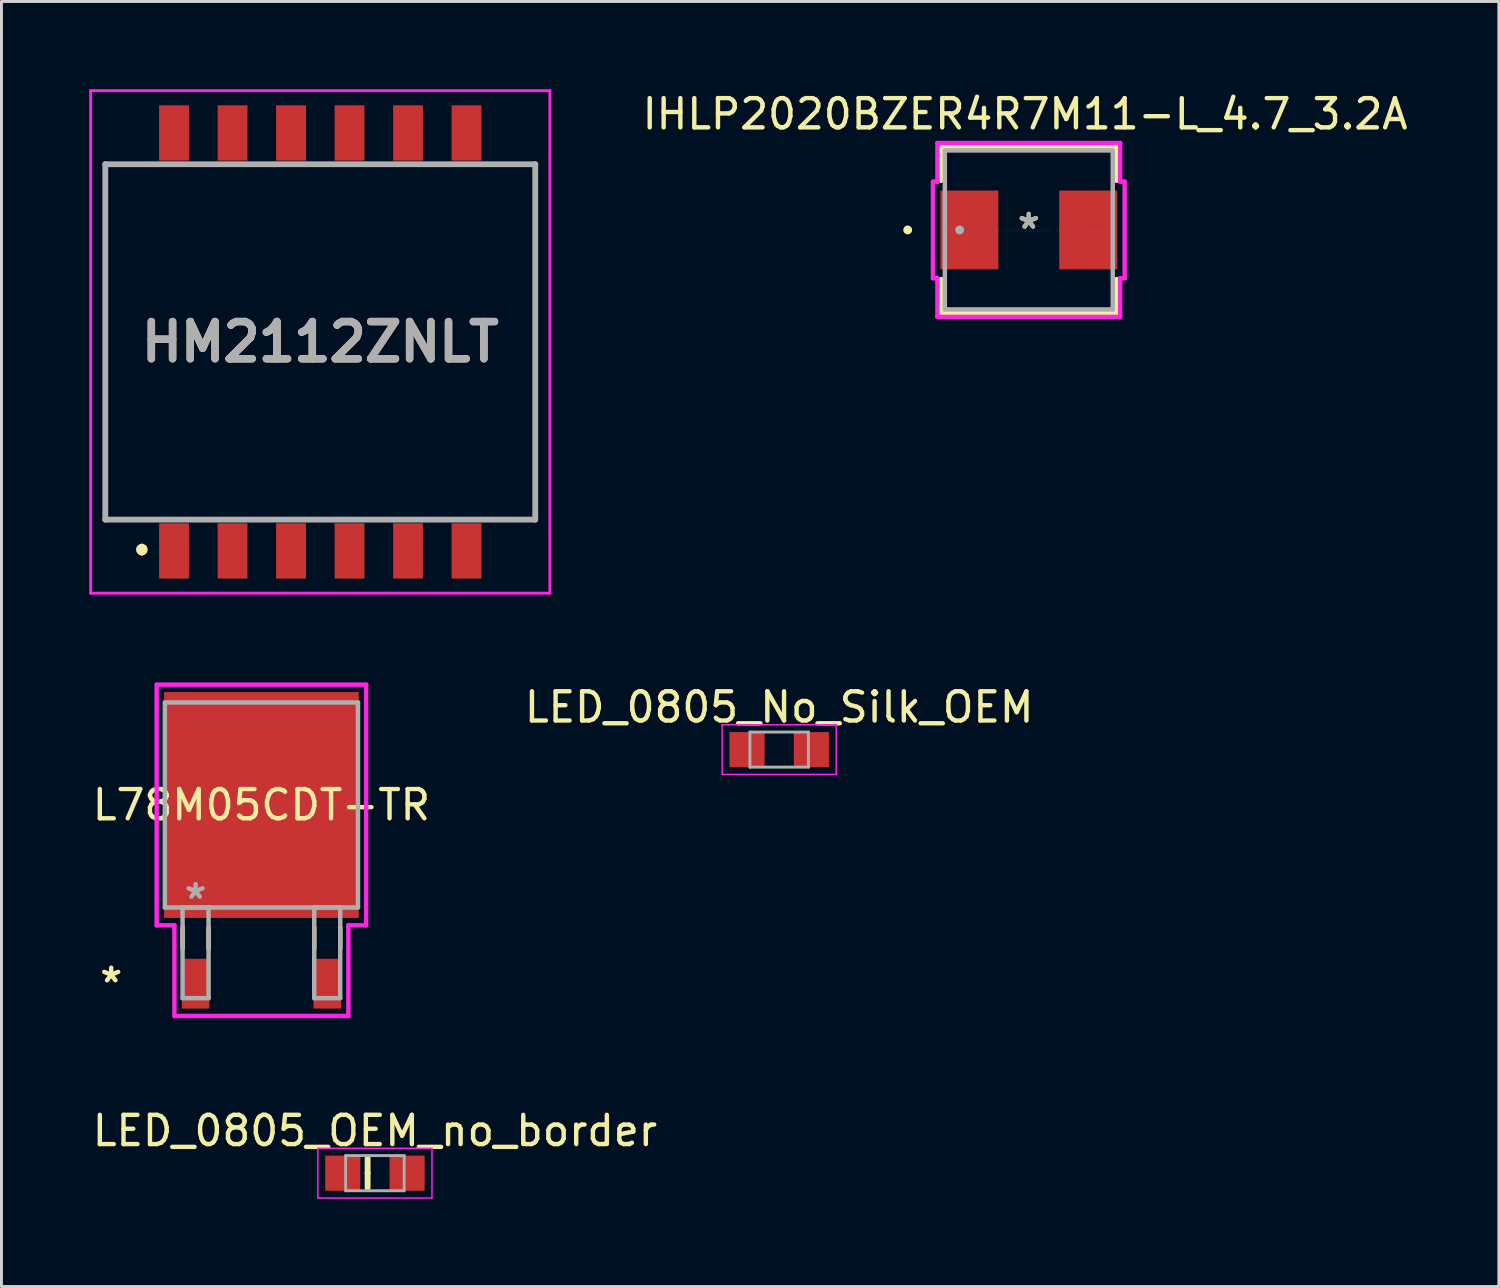
<source format=kicad_pcb>
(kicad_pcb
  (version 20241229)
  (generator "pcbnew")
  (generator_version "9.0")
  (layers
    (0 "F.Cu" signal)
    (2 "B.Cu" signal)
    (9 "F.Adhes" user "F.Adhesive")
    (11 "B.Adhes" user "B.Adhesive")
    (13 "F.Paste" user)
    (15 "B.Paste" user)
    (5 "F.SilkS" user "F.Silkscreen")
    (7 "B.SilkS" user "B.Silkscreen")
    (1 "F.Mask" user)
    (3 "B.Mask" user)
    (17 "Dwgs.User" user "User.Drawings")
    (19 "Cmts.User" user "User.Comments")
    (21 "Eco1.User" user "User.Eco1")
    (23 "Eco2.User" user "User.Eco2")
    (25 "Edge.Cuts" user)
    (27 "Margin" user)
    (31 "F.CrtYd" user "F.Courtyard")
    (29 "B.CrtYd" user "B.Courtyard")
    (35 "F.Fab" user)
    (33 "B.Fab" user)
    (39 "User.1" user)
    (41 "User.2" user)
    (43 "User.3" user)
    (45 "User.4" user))
  (footprint "HM2112ZNLT"
    (layer "F.Cu")
    (at 7.9 8.64)
    (property "Reference" "HM2112ZNLT" (at 0 0 0) (layer "F.SilkS") (effects (font (size 1.27 1.27) (thickness 0.254))))
    (attr smd)
    (fp_line (start -7.35 -6.075) (end -7.35 6.075) (stroke (width 0.1) (type solid)) (layer "F.SilkS"))
    (fp_line (start -7.35 6.075) (end -6.5 6.075) (stroke (width 0.1) (type solid)) (layer "F.SilkS"))
    (fp_line (start -6.5 -6.075) (end -7.35 -6.075) (stroke (width 0.1) (type solid)) (layer "F.SilkS"))
    (fp_line (start -6.1 7) (end -6.1 7) (stroke (width 0.2) (type solid)) (layer "F.SilkS"))
    (fp_line (start -6.1 7.2) (end -6.1 7.2) (stroke (width 0.2) (type solid)) (layer "F.SilkS"))
    (fp_line (start 6.5 -6.075) (end 7.35 -6.075) (stroke (width 0.1) (type solid)) (layer "F.SilkS"))
    (fp_line (start 7.35 -6.075) (end 7.35 6.075) (stroke (width 0.1) (type solid)) (layer "F.SilkS"))
    (fp_line (start 7.35 6.075) (end 6.5 6.075) (stroke (width 0.1) (type solid)) (layer "F.SilkS"))
    (fp_arc (start -6.1 7) (mid -6 7.1) (end -6.1 7.2) (stroke (width 0.2) (type solid)) (layer "F.SilkS"))
    (fp_arc (start -6.1 7.2) (mid -6.2 7.1) (end -6.1 7) (stroke (width 0.2) (type solid)) (layer "F.SilkS"))
    (fp_line (start -7.85 -8.59) (end 7.85 -8.59) (stroke (width 0.1) (type solid)) (layer "F.CrtYd"))
    (fp_line (start -7.85 8.59) (end -7.85 -8.59) (stroke (width 0.1) (type solid)) (layer "F.CrtYd"))
    (fp_line (start 7.85 -8.59) (end 7.85 8.59) (stroke (width 0.1) (type solid)) (layer "F.CrtYd"))
    (fp_line (start 7.85 8.59) (end -7.85 8.59) (stroke (width 0.1) (type solid)) (layer "F.CrtYd"))
    (fp_line (start -7.35 -6.075) (end 7.35 -6.075) (stroke (width 0.2) (type solid)) (layer "F.Fab"))
    (fp_line (start -7.35 6.075) (end -7.35 -6.075) (stroke (width 0.2) (type solid)) (layer "F.Fab"))
    (fp_line (start 7.35 -6.075) (end 7.35 6.075) (stroke (width 0.2) (type solid)) (layer "F.Fab"))
    (fp_line (start 7.35 6.075) (end -7.35 6.075) (stroke (width 0.2) (type solid)) (layer "F.Fab"))
    (fp_text user "${REFERENCE}" (at 0 0 0) (layer "F.Fab") (effects (font (size 1.27 1.27) (thickness 0.254))))
    (pad "1" smd rect (at -5 7.145) (size 1.02 1.89) (layers "F.Cu" "F.Mask" "F.Paste"))
    (pad "2" smd rect (at -3 7.145) (size 1.02 1.89) (layers "F.Cu" "F.Mask" "F.Paste"))
    (pad "3" smd rect (at -1 7.145) (size 1.02 1.89) (layers "F.Cu" "F.Mask" "F.Paste"))
    (pad "4" smd rect (at 1 7.145) (size 1.02 1.89) (layers "F.Cu" "F.Mask" "F.Paste"))
    (pad "5" smd rect (at 3 7.145) (size 1.02 1.89) (layers "F.Cu" "F.Mask" "F.Paste"))
    (pad "6" smd rect (at 5 7.145) (size 1.02 1.89) (layers "F.Cu" "F.Mask" "F.Paste"))
    (pad "7" smd rect (at 5 -7.145) (size 1.02 1.89) (layers "F.Cu" "F.Mask" "F.Paste"))
    (pad "8" smd rect (at 3 -7.145) (size 1.02 1.89) (layers "F.Cu" "F.Mask" "F.Paste"))
    (pad "9" smd rect (at 1 -7.145) (size 1.02 1.89) (layers "F.Cu" "F.Mask" "F.Paste"))
    (pad "10" smd rect (at -1 -7.145) (size 1.02 1.89) (layers "F.Cu" "F.Mask" "F.Paste"))
    (pad "11" smd rect (at -3 -7.145) (size 1.02 1.89) (layers "F.Cu" "F.Mask" "F.Paste"))
    (pad "12" smd rect (at -5 -7.145) (size 1.02 1.89) (layers "F.Cu" "F.Mask" "F.Paste")))
  (footprint "LED_0805_OEM_no_border"
    (layer "F.Cu")
    (at 9.768 37.059)
    (property "Reference" "LED_0805_OEM_no_border" (at 0 -1.45 0) (layer "F.SilkS") (effects (font (size 1 1) (thickness 0.15))))
    (attr smd)
    (fp_line (start -0.25 0) (end -0.25 -0.5) (stroke (width 0.2) (type solid)) (layer "F.SilkS"))
    (fp_line (start -0.25 0.5) (end -0.25 0) (stroke (width 0.2) (type solid)) (layer "F.SilkS"))
    (fp_line (start -1.95 -0.85) (end 1.95 -0.85) (stroke (width 0.05) (type solid)) (layer "F.CrtYd"))
    (fp_line (start -1.95 0.85) (end -1.95 -0.85) (stroke (width 0.05) (type solid)) (layer "F.CrtYd"))
    (fp_line (start 1.95 -0.85) (end 1.95 0.85) (stroke (width 0.05) (type solid)) (layer "F.CrtYd"))
    (fp_line (start 1.95 0.85) (end -1.95 0.85) (stroke (width 0.05) (type solid)) (layer "F.CrtYd"))
    (fp_line (start -1 -0.6) (end 1 -0.6) (stroke (width 0.1) (type solid)) (layer "F.Fab"))
    (fp_line (start -1 0.6) (end -1 -0.6) (stroke (width 0.1) (type solid)) (layer "F.Fab"))
    (fp_line (start 1 -0.6) (end 1 0.6) (stroke (width 0.1) (type solid)) (layer "F.Fab"))
    (fp_line (start 1 0.6) (end -1 0.6) (stroke (width 0.1) (type solid)) (layer "F.Fab"))
    (pad "1" smd rect (at -1.1 0 180) (size 1.2 1.2) (layers "F.Cu" "F.Mask" "F.Paste"))
    (pad "2" smd rect (at 1.1 0 180) (size 1.2 1.2) (layers "F.Cu" "F.Mask" "F.Paste")))
  (footprint "L78M05CDT-TR"
    (layer "F.Cu")
    (at 5.887 24.471)
    (property "Reference" "L78M05CDT-TR" (at 0 0 0) (layer "F.SilkS") (effects (font (size 1 1) (thickness 0.15))))
    (attr through_hole)
    (fp_line (start -2.695 4.194) (end -2.695 4.902) (stroke (width 0.152) (type solid)) (layer "F.SilkS"))
    (fp_line (start -1.806 4.194) (end -1.806 4.902) (stroke (width 0.152) (type solid)) (layer "F.SilkS"))
    (fp_line (start 1.806 4.194) (end 1.806 4.902) (stroke (width 0.152) (type solid)) (layer "F.SilkS"))
    (fp_line (start 2.695 4.194) (end 2.695 4.902) (stroke (width 0.152) (type solid)) (layer "F.SilkS"))
    (fp_line (start -3.581 -4.115) (end 3.581 -4.115) (stroke (width 0.152) (type solid)) (layer "F.CrtYd"))
    (fp_line (start -3.581 4.115) (end -3.581 -4.115) (stroke (width 0.152) (type solid)) (layer "F.CrtYd"))
    (fp_line (start -2.974 4.115) (end -3.581 4.115) (stroke (width 0.152) (type solid)) (layer "F.CrtYd"))
    (fp_line (start -2.974 7.214) (end -2.974 4.115) (stroke (width 0.152) (type solid)) (layer "F.CrtYd"))
    (fp_line (start 2.974 4.115) (end 2.974 7.214) (stroke (width 0.152) (type solid)) (layer "F.CrtYd"))
    (fp_line (start 2.974 7.214) (end -2.974 7.214) (stroke (width 0.152) (type solid)) (layer "F.CrtYd"))
    (fp_line (start 3.581 -4.115) (end 3.581 4.115) (stroke (width 0.152) (type solid)) (layer "F.CrtYd"))
    (fp_line (start 3.581 4.115) (end 2.974 4.115) (stroke (width 0.152) (type solid)) (layer "F.CrtYd"))
    (fp_line (start -3.302 -3.505) (end -3.302 3.505) (stroke (width 0.152) (type solid)) (layer "F.Fab"))
    (fp_line (start -3.302 3.505) (end 3.302 3.505) (stroke (width 0.152) (type solid)) (layer "F.Fab"))
    (fp_line (start -2.695 3.505) (end -2.695 6.604) (stroke (width 0.152) (type solid)) (layer "F.Fab"))
    (fp_line (start -2.695 6.604) (end -1.806 6.604) (stroke (width 0.152) (type solid)) (layer "F.Fab"))
    (fp_line (start -1.806 3.505) (end -2.695 3.505) (stroke (width 0.152) (type solid)) (layer "F.Fab"))
    (fp_line (start -1.806 6.604) (end -1.806 3.505) (stroke (width 0.152) (type solid)) (layer "F.Fab"))
    (fp_line (start 1.806 3.505) (end 1.806 6.604) (stroke (width 0.152) (type solid)) (layer "F.Fab"))
    (fp_line (start 1.806 6.604) (end 2.695 6.604) (stroke (width 0.152) (type solid)) (layer "F.Fab"))
    (fp_line (start 2.695 3.505) (end 1.806 3.505) (stroke (width 0.152) (type solid)) (layer "F.Fab"))
    (fp_line (start 2.695 6.604) (end 2.695 3.505) (stroke (width 0.152) (type solid)) (layer "F.Fab"))
    (fp_line (start 3.302 -3.505) (end -3.302 -3.505) (stroke (width 0.152) (type solid)) (layer "F.Fab"))
    (fp_line (start 3.302 3.505) (end 3.302 -3.505) (stroke (width 0.152) (type solid)) (layer "F.Fab"))
    (fp_text user "*" (at -5.135 6.109 0) (layer "F.SilkS") (effects (font (size 1 1) (thickness 0.15))))
    (fp_text user "Copyright 2016 Accelerated Designs. All rights reserved." (at 0 0 0) (layer "Cmts.User") (effects (font (size 0.127 0.127) (thickness 0.002))))
    (fp_text user "*" (at -2.25 3.251 0) (layer "F.Fab") (effects (font (size 1 1) (thickness 0.15))))
    (pad "1" smd rect (at -2.25 6.109) (size 0.94 1.702) (layers "F.Cu" "F.Mask" "F.Paste"))
    (pad "2" smd rect (at 2.25 6.109) (size 0.94 1.702) (layers "F.Cu" "F.Mask" "F.Paste"))
    (pad "3" smd rect (at 0 0) (size 6.655 7.722) (layers "F.Cu" "F.Mask" "F.Paste")))
  (footprint "LED_0805_No_Silk_OEM"
    (layer "F.Cu")
    (at 23.589 22.578)
    (property "Reference" "LED_0805_No_Silk_OEM" (at 0 -1.45 0) (layer "F.SilkS") (effects (font (size 1 1) (thickness 0.15))))
    (attr smd)
    (fp_line (start -1.95 -0.85) (end 1.95 -0.85) (stroke (width 0.05) (type solid)) (layer "F.CrtYd"))
    (fp_line (start -1.95 0.85) (end -1.95 -0.85) (stroke (width 0.05) (type solid)) (layer "F.CrtYd"))
    (fp_line (start 1.95 -0.85) (end 1.95 0.85) (stroke (width 0.05) (type solid)) (layer "F.CrtYd"))
    (fp_line (start 1.95 0.85) (end -1.95 0.85) (stroke (width 0.05) (type solid)) (layer "F.CrtYd"))
    (fp_line (start -1 -0.6) (end 1 -0.6) (stroke (width 0.1) (type solid)) (layer "F.Fab"))
    (fp_line (start -1 0.6) (end -1 -0.6) (stroke (width 0.1) (type solid)) (layer "F.Fab"))
    (fp_line (start 1 -0.6) (end 1 0.6) (stroke (width 0.1) (type solid)) (layer "F.Fab"))
    (fp_line (start 1 0.6) (end -1 0.6) (stroke (width 0.1) (type solid)) (layer "F.Fab"))
    (pad "1" smd rect (at -1.1 0 180) (size 1.2 1.2) (layers "F.Cu" "F.Mask" "F.Paste"))
    (pad "2" smd rect (at 1.1 0 180) (size 1.2 1.2) (layers "F.Cu" "F.Mask" "F.Paste")))
  (footprint "IHLP2020BZER4R7M11-L_4.7_3.2A"
    (layer "F.Cu")
    (at 32.123 4.811)
    (property "Reference" "IHLP2020BZER4R7M11-L_4.7_3.2A" (at -0.127 -3.962 180) (layer "F.SilkS") (effects (font (size 1 1) (thickness 0.15))))
    (attr through_hole)
    (fp_line (start -2.997 -2.845) (end -2.997 -1.679) (stroke (width 0.152) (type solid)) (layer "F.SilkS"))
    (fp_line (start -2.997 1.679) (end -2.997 2.845) (stroke (width 0.152) (type solid)) (layer "F.SilkS"))
    (fp_line (start -2.997 2.845) (end 2.997 2.845) (stroke (width 0.152) (type solid)) (layer "F.SilkS"))
    (fp_line (start 2.997 -2.845) (end -2.997 -2.845) (stroke (width 0.152) (type solid)) (layer "F.SilkS"))
    (fp_line (start 2.997 -1.679) (end 2.997 -2.845) (stroke (width 0.152) (type solid)) (layer "F.SilkS"))
    (fp_line (start 2.997 2.845) (end 2.997 1.679) (stroke (width 0.152) (type solid)) (layer "F.SilkS"))
    (fp_circle (center -4.14 0) (end -4.064 0) (stroke (width 0.152) (type solid)) (fill no) (layer "F.SilkS"))
    (fp_line (start -3.277 -1.651) (end -3.124 -1.651) (stroke (width 0.152) (type solid)) (layer "F.CrtYd"))
    (fp_line (start -3.277 1.651) (end -3.277 -1.651) (stroke (width 0.152) (type solid)) (layer "F.CrtYd"))
    (fp_line (start -3.124 -2.972) (end 3.124 -2.972) (stroke (width 0.152) (type solid)) (layer "F.CrtYd"))
    (fp_line (start -3.124 -1.651) (end -3.124 -2.972) (stroke (width 0.152) (type solid)) (layer "F.CrtYd"))
    (fp_line (start -3.124 1.651) (end -3.277 1.651) (stroke (width 0.152) (type solid)) (layer "F.CrtYd"))
    (fp_line (start -3.124 2.972) (end -3.124 1.651) (stroke (width 0.152) (type solid)) (layer "F.CrtYd"))
    (fp_line (start 3.124 -2.972) (end 3.124 -1.651) (stroke (width 0.152) (type solid)) (layer "F.CrtYd"))
    (fp_line (start 3.124 -1.651) (end 3.277 -1.651) (stroke (width 0.152) (type solid)) (layer "F.CrtYd"))
    (fp_line (start 3.124 1.651) (end 3.124 2.972) (stroke (width 0.152) (type solid)) (layer "F.CrtYd"))
    (fp_line (start 3.124 2.972) (end -3.124 2.972) (stroke (width 0.152) (type solid)) (layer "F.CrtYd"))
    (fp_line (start 3.277 -1.651) (end 3.277 1.651) (stroke (width 0.152) (type solid)) (layer "F.CrtYd"))
    (fp_line (start 3.277 1.651) (end 3.124 1.651) (stroke (width 0.152) (type solid)) (layer "F.CrtYd"))
    (fp_line (start -2.87 -2.718) (end -2.87 2.718) (stroke (width 0.152) (type solid)) (layer "F.Fab"))
    (fp_line (start -2.87 2.718) (end 2.87 2.718) (stroke (width 0.152) (type solid)) (layer "F.Fab"))
    (fp_line (start 2.87 -2.718) (end -2.87 -2.718) (stroke (width 0.152) (type solid)) (layer "F.Fab"))
    (fp_line (start 2.87 2.718) (end 2.87 -2.718) (stroke (width 0.152) (type solid)) (layer "F.Fab"))
    (fp_circle (center -2.362 0) (end -2.286 0) (stroke (width 0.152) (type solid)) (fill no) (layer "F.Fab"))
    (fp_text user "*" (at 0 0 180) (layer "F.SilkS") (effects (font (size 1 1) (thickness 0.15))))
    (fp_text user "Copyright 2016 Accelerated Designs. All rights reserved." (at 0 0 180) (layer "Cmts.User") (effects (font (size 0.127 0.127) (thickness 0.002))))
    (fp_text user "*" (at 0 0 180) (layer "F.Fab") (effects (font (size 1 1) (thickness 0.15))))
    (pad "1" smd rect (at -2.032 0 90) (size 2.692 1.981) (layers "F.Cu" "F.Mask" "F.Paste"))
    (pad "2" smd rect (at 2.032 0 90) (size 2.692 1.981) (layers "F.Cu" "F.Mask" "F.Paste")))
  (gr_rect
    (start -3 -3)
    (end 48.193 40.934)
    (stroke (width 0.1) (type default))
    (fill no)
    (layer "Edge.Cuts")))
</source>
